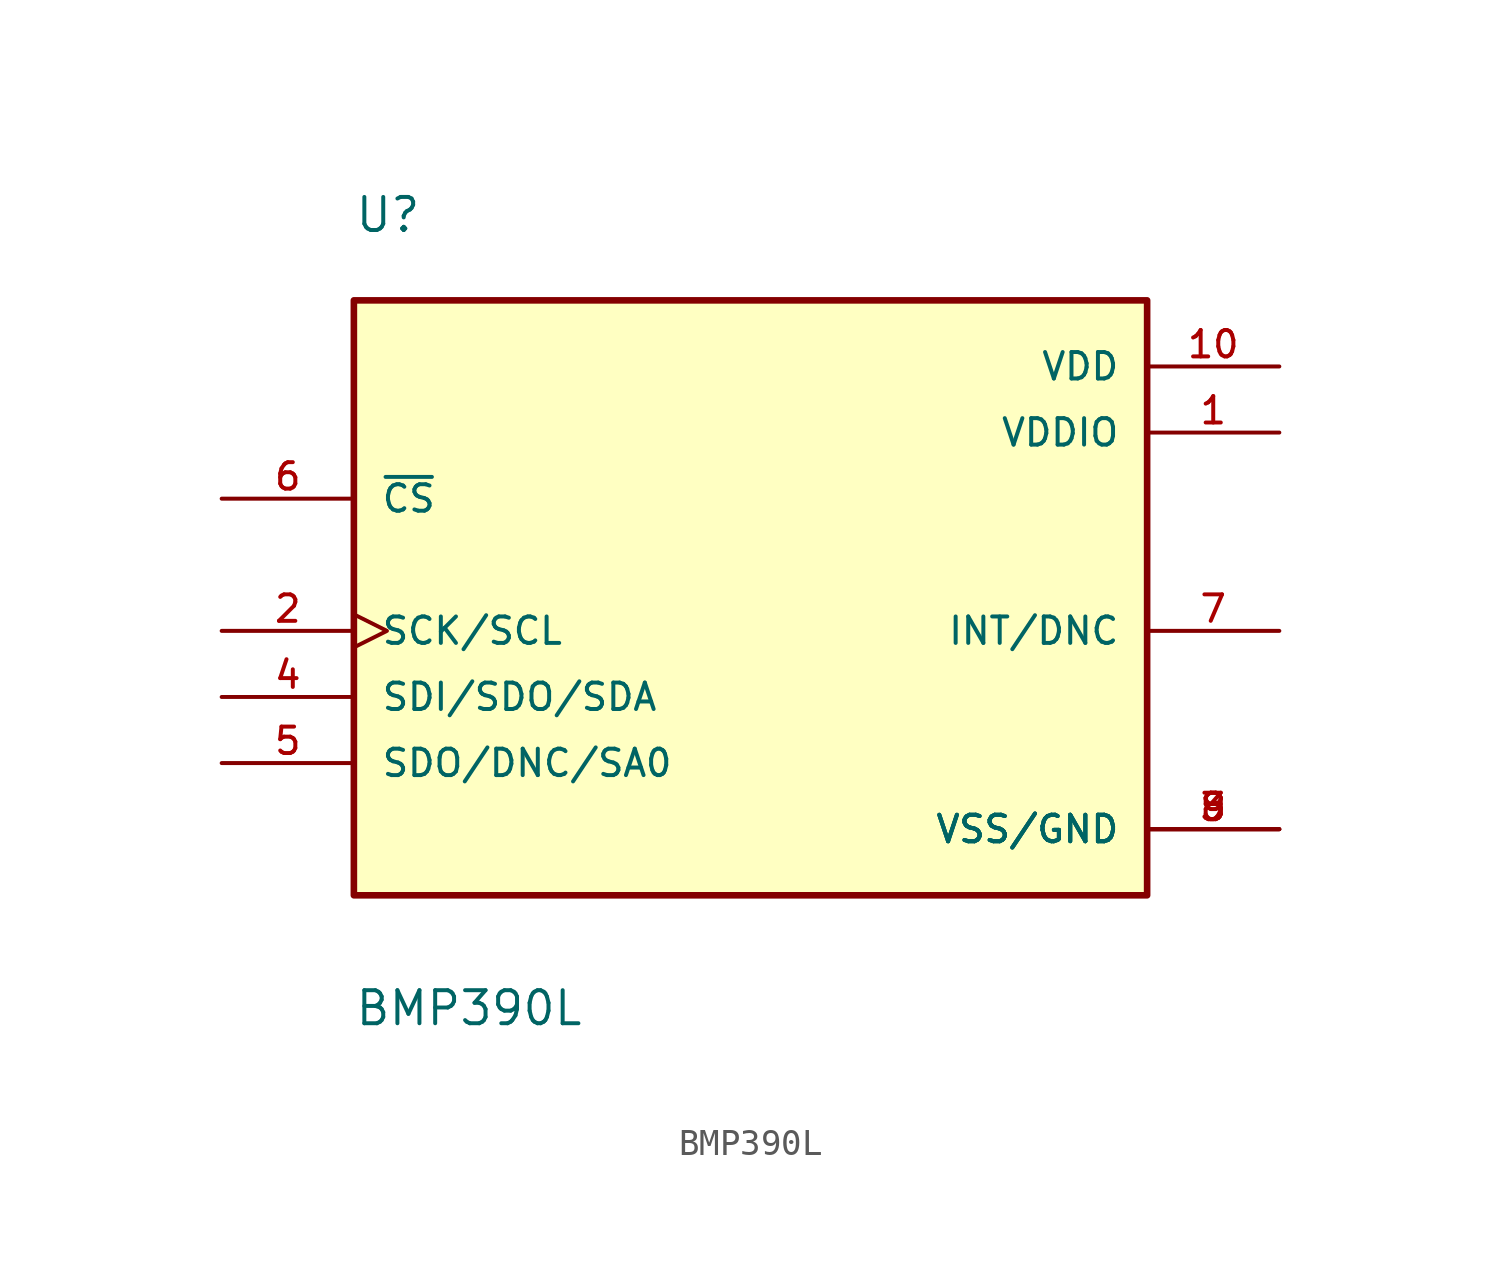
<source format=kicad_sym>
(kicad_symbol_lib
  (version 20211014)
  (generator kicad_symbol_editor)
  (symbol "BMP390L"
    (pin_names
      (offset 1.016))
    (property "Reference" "U"
      (at -15.24 15.24 0)
      (effects (font (size 1.27 1.27)) (justify bottom left)))
    (property "Value" "BMP390L"
      (at -15.24 -15.24 0)
      (effects (font (size 1.27 1.27)) (justify bottom left)))
    (symbol "BMP390L_0_0"
      (rectangle (start -15.24 -10.16) (end 15.24 12.7) (stroke (width 0.254)) (fill (type background)))
      (pin power_in line (at 20.32 10.16 180.0) (length 5.08) (name "VDD" (effects (font (size 1.016 1.016)))) (number "10" (effects (font (size 1.016 1.016)))))
      (pin power_in line (at 20.32 7.62 180.0) (length 5.08) (name "VDDIO" (effects (font (size 1.016 1.016)))) (number "1" (effects (font (size 1.016 1.016)))))
      (pin input line (at -20.32 5.08 0) (length 5.08) (name "~{CS}" (effects (font (size 1.016 1.016)))) (number "6" (effects (font (size 1.016 1.016)))))
      (pin input clock (at -20.32 0.0 0) (length 5.08) (name "SCK/SCL" (effects (font (size 1.016 1.016)))) (number "2" (effects (font (size 1.016 1.016)))))
      (pin bidirectional line (at -20.32 -2.54 0) (length 5.08) (name "SDI/SDO/SDA" (effects (font (size 1.016 1.016)))) (number "4" (effects (font (size 1.016 1.016)))))
      (pin bidirectional line (at -20.32 -5.08 0) (length 5.08) (name "SDO/DNC/SA0" (effects (font (size 1.016 1.016)))) (number "5" (effects (font (size 1.016 1.016)))))
      (pin output line (at 20.32 0.0 180.0) (length 5.08) (name "INT/DNC" (effects (font (size 1.016 1.016)))) (number "7" (effects (font (size 1.016 1.016)))))
      (pin power_in line (at 20.32 -7.62 180.0) (length 5.08) (name "VSS/GND" (effects (font (size 1.016 1.016)))) (number "3" (effects (font (size 1.016 1.016)))))
      (pin power_in line (at 20.32 -7.62 180.0) (length 5.08) (name "VSS/GND" (effects (font (size 1.016 1.016)))) (number "8" (effects (font (size 1.016 1.016)))))
      (pin power_in line (at 20.32 -7.62 180.0) (length 5.08) (name "VSS/GND" (effects (font (size 1.016 1.016)))) (number "9" (effects (font (size 1.016 1.016))))))))
</source>
